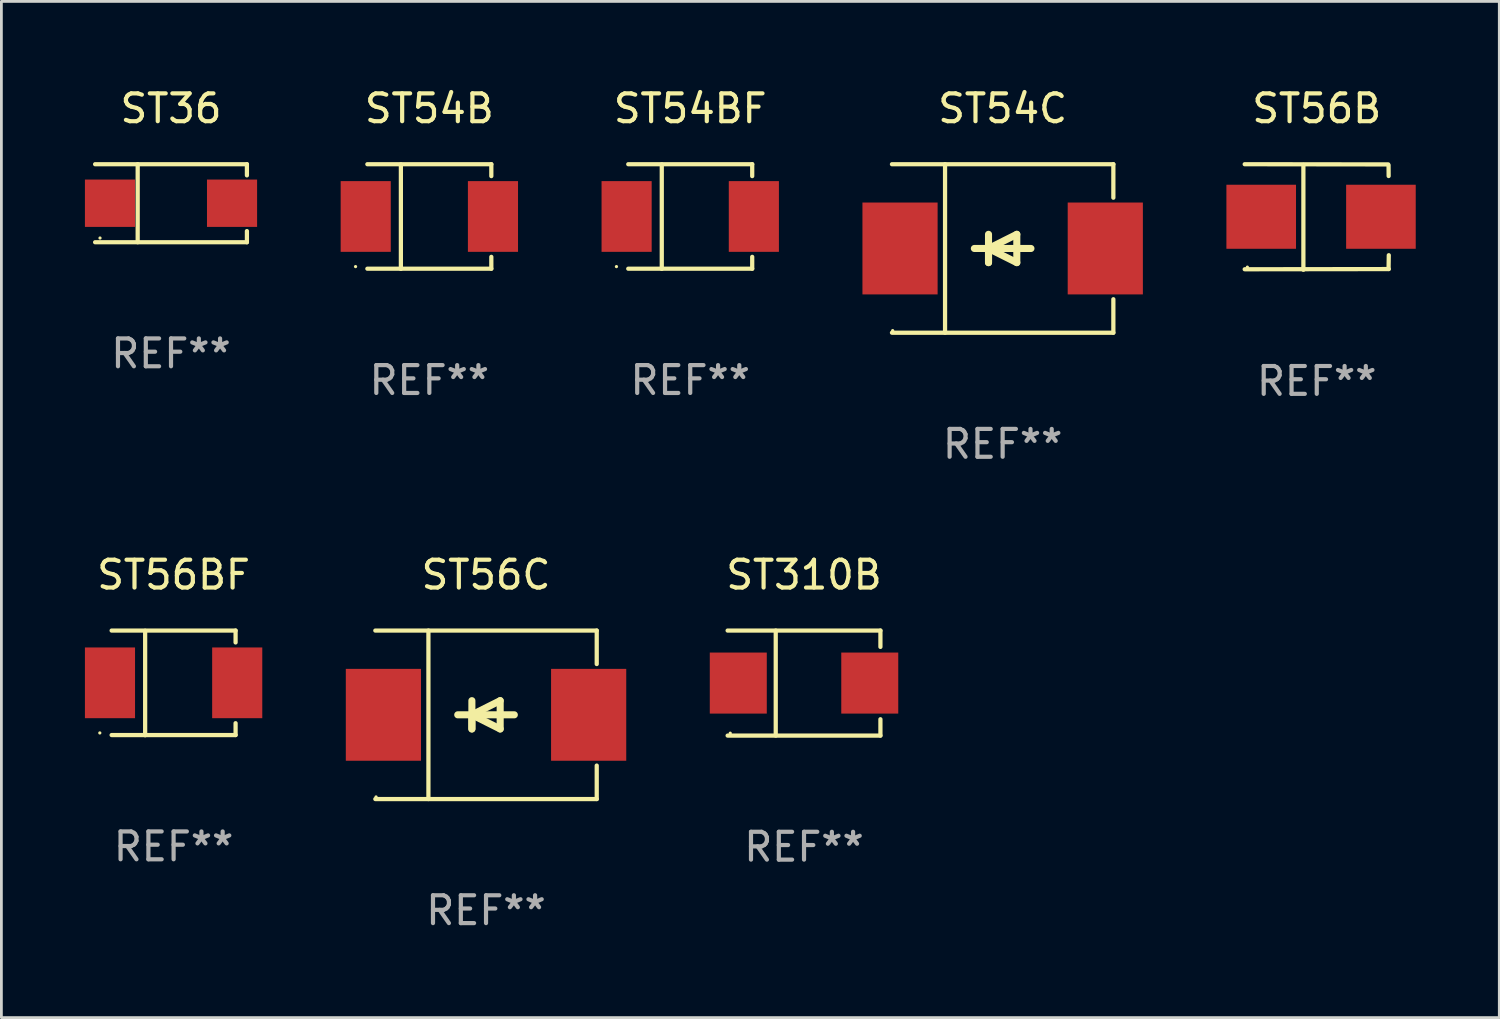
<source format=kicad_pcb>
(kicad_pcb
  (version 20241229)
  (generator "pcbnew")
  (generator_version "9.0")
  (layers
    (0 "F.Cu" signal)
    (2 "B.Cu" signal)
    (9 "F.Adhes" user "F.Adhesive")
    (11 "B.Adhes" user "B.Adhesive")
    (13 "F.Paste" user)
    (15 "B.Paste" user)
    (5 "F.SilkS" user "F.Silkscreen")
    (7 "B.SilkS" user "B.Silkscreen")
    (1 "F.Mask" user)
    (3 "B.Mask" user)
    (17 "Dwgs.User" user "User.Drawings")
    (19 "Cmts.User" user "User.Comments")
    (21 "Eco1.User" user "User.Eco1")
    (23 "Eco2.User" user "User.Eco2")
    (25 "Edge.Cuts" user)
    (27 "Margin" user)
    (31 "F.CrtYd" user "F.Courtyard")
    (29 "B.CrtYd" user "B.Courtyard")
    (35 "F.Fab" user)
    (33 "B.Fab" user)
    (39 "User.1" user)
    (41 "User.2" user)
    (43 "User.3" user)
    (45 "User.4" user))
  (footprint "ST54BF"
    (layer "F.Cu")
    (at 21.74 4.728)
    (property "Reference" "ST54BF" (at 0 -3.88 0) (layer "F.SilkS") (effects (font (size 1 1) (thickness 0.15))))
    (attr through_hole)
    (fp_line (start -2.226 -1.88) (end 2.226 -1.88) (stroke (width 0.152) (type solid)) (layer "F.SilkS"))
    (fp_line (start -2.226 1.873) (end 2.226 1.873) (stroke (width 0.152) (type solid)) (layer "F.SilkS"))
    (fp_line (start -1.022 -1.873) (end -1.022 1.88) (stroke (width 0.152) (type solid)) (layer "F.SilkS"))
    (fp_line (start 2.226 -1.88) (end 2.226 -1.453) (stroke (width 0.152) (type solid)) (layer "F.SilkS"))
    (fp_line (start 2.226 1.447) (end 2.226 1.873) (stroke (width 0.152) (type solid)) (layer "F.SilkS"))
    (fp_circle (center -2.65 1.797) (end -2.62 1.797) (stroke (width 0.06) (type solid)) (fill no) (layer "F.SilkS"))
    (fp_text user "REF**" (at 0 5.88 0) (layer "F.Fab") (effects (font (size 1 1) (thickness 0.15))))
    (pad "1" smd rect (at -2.285 -0.003) (size 1.8 2.54) (layers "F.Cu" "F.Mask" "F.Paste"))
    (pad "2" smd rect (at 2.285 -0.003) (size 1.8 2.54) (layers "F.Cu" "F.Mask" "F.Paste")))
  (footprint "ST54B"
    (layer "F.Cu")
    (at 12.37 4.728)
    (property "Reference" "ST54B" (at 0 -3.88 0) (layer "F.SilkS") (effects (font (size 1 1) (thickness 0.15))))
    (attr through_hole)
    (fp_line (start -2.226 -1.88) (end 2.226 -1.88) (stroke (width 0.152) (type solid)) (layer "F.SilkS"))
    (fp_line (start -2.226 1.873) (end 2.226 1.873) (stroke (width 0.152) (type solid)) (layer "F.SilkS"))
    (fp_line (start -1.022 -1.873) (end -1.022 1.88) (stroke (width 0.152) (type solid)) (layer "F.SilkS"))
    (fp_line (start 2.226 -1.88) (end 2.226 -1.453) (stroke (width 0.152) (type solid)) (layer "F.SilkS"))
    (fp_line (start 2.226 1.447) (end 2.226 1.873) (stroke (width 0.152) (type solid)) (layer "F.SilkS"))
    (fp_circle (center -2.65 1.797) (end -2.62 1.797) (stroke (width 0.06) (type solid)) (fill no) (layer "F.SilkS"))
    (fp_text user "REF**" (at 0 5.88 0) (layer "F.Fab") (effects (font (size 1 1) (thickness 0.15))))
    (pad "1" smd rect (at -2.285 -0.003) (size 1.8 2.54) (layers "F.Cu" "F.Mask" "F.Paste"))
    (pad "2" smd rect (at 2.285 -0.003) (size 1.8 2.54) (layers "F.Cu" "F.Mask" "F.Paste")))
  (footprint "ST54C"
    (layer "F.Cu")
    (at 32.961 5.874)
    (property "Reference" "ST54C" (at 0 -5.026 0) (layer "F.SilkS") (effects (font (size 1 1) (thickness 0.15))))
    (attr through_hole)
    (fp_line (start -3.976 -3.026) (end 3.976 -3.026) (stroke (width 0.152) (type solid)) (layer "F.SilkS"))
    (fp_line (start -3.976 3.026) (end 3.976 3.026) (stroke (width 0.152) (type solid)) (layer "F.SilkS"))
    (fp_line (start -2.069 -3.026) (end -2.069 3.026) (stroke (width 0.152) (type solid)) (layer "F.SilkS"))
    (fp_line (start -0.508 0) (end -0.508 0.508) (stroke (width 0.254) (type solid)) (layer "F.SilkS"))
    (fp_line (start -0.508 0) (end 0.508 0.508) (stroke (width 0.254) (type solid)) (layer "F.SilkS"))
    (fp_line (start -0.508 0.508) (end -0.508 -0.508) (stroke (width 0.254) (type solid)) (layer "F.SilkS"))
    (fp_line (start 0.508 -0.508) (end -0.508 0) (stroke (width 0.254) (type solid)) (layer "F.SilkS"))
    (fp_line (start 0.508 0.508) (end 0.508 -0.508) (stroke (width 0.254) (type solid)) (layer "F.SilkS"))
    (fp_line (start 1.016 0) (end -1.016 0) (stroke (width 0.254) (type solid)) (layer "F.SilkS"))
    (fp_line (start 3.976 -3.026) (end 3.976 -1.823) (stroke (width 0.152) (type solid)) (layer "F.SilkS"))
    (fp_line (start 3.976 3.026) (end 3.976 1.823) (stroke (width 0.152) (type solid)) (layer "F.SilkS"))
    (fp_circle (center -3.95 2.95) (end -3.92 2.95) (stroke (width 0.06) (type solid)) (fill no) (layer "F.SilkS"))
    (fp_text user "REF**" (at 0 7.026 0) (layer "F.Fab") (effects (font (size 1 1) (thickness 0.15))))
    (pad "1" smd rect (at -3.686 0) (size 2.7 3.3) (layers "F.Cu" "F.Mask" "F.Paste"))
    (pad "2" smd rect (at 3.686 0) (size 2.7 3.3) (layers "F.Cu" "F.Mask" "F.Paste")))
  (footprint "ST56C"
    (layer "F.Cu")
    (at 14.406 22.623)
    (property "Reference" "ST56C" (at 0 -5.026 0) (layer "F.SilkS") (effects (font (size 1 1) (thickness 0.15))))
    (attr through_hole)
    (fp_line (start -3.976 -3.026) (end 3.976 -3.026) (stroke (width 0.152) (type solid)) (layer "F.SilkS"))
    (fp_line (start -3.976 3.026) (end 3.976 3.026) (stroke (width 0.152) (type solid)) (layer "F.SilkS"))
    (fp_line (start -2.069 -3.026) (end -2.069 3.026) (stroke (width 0.152) (type solid)) (layer "F.SilkS"))
    (fp_line (start -0.508 0) (end -0.508 0.508) (stroke (width 0.254) (type solid)) (layer "F.SilkS"))
    (fp_line (start -0.508 0) (end 0.508 0.508) (stroke (width 0.254) (type solid)) (layer "F.SilkS"))
    (fp_line (start -0.508 0.508) (end -0.508 -0.508) (stroke (width 0.254) (type solid)) (layer "F.SilkS"))
    (fp_line (start 0.508 -0.508) (end -0.508 0) (stroke (width 0.254) (type solid)) (layer "F.SilkS"))
    (fp_line (start 0.508 0.508) (end 0.508 -0.508) (stroke (width 0.254) (type solid)) (layer "F.SilkS"))
    (fp_line (start 1.016 0) (end -1.016 0) (stroke (width 0.254) (type solid)) (layer "F.SilkS"))
    (fp_line (start 3.976 -3.026) (end 3.976 -1.823) (stroke (width 0.152) (type solid)) (layer "F.SilkS"))
    (fp_line (start 3.976 3.026) (end 3.976 1.823) (stroke (width 0.152) (type solid)) (layer "F.SilkS"))
    (fp_circle (center -3.95 2.95) (end -3.92 2.95) (stroke (width 0.06) (type solid)) (fill no) (layer "F.SilkS"))
    (fp_text user "REF**" (at 0 7.026 0) (layer "F.Fab") (effects (font (size 1 1) (thickness 0.15))))
    (pad "1" smd rect (at -3.686 0) (size 2.7 3.3) (layers "F.Cu" "F.Mask" "F.Paste"))
    (pad "2" smd rect (at 3.686 0) (size 2.7 3.3) (layers "F.Cu" "F.Mask" "F.Paste")))
  (footprint "ST36"
    (layer "F.Cu")
    (at 3.092 4.249)
    (property "Reference" "ST36" (at 0 -3.401 0) (layer "F.SilkS") (effects (font (size 1 1) (thickness 0.15))))
    (attr through_hole)
    (fp_line (start -2.726 -1.401) (end 2.726 -1.401) (stroke (width 0.152) (type solid)) (layer "F.SilkS"))
    (fp_line (start -2.726 1.401) (end 2.726 1.401) (stroke (width 0.152) (type solid)) (layer "F.SilkS"))
    (fp_line (start -1.197 -1.401) (end -1.197 1.401) (stroke (width 0.152) (type solid)) (layer "F.SilkS"))
    (fp_line (start 2.726 -1.401) (end 2.726 -1) (stroke (width 0.152) (type solid)) (layer "F.SilkS"))
    (fp_line (start 2.726 1.401) (end 2.726 1) (stroke (width 0.152) (type solid)) (layer "F.SilkS"))
    (fp_circle (center -2.55 1.25) (end -2.52 1.25) (stroke (width 0.06) (type solid)) (fill no) (layer "F.SilkS"))
    (fp_text user "REF**" (at 0 5.401 0) (layer "F.Fab") (effects (font (size 1 1) (thickness 0.15))))
    (pad "1" smd rect (at -2.192 0) (size 1.8 1.7) (layers "F.Cu" "F.Mask" "F.Paste"))
    (pad "2" smd rect (at 2.192 0) (size 1.8 1.7) (layers "F.Cu" "F.Mask" "F.Paste")))
  (footprint "ST56BF"
    (layer "F.Cu")
    (at 3.185 21.477)
    (property "Reference" "ST56BF" (at 0 -3.88 0) (layer "F.SilkS") (effects (font (size 1 1) (thickness 0.15))))
    (attr through_hole)
    (fp_line (start -2.226 -1.88) (end 2.226 -1.88) (stroke (width 0.152) (type solid)) (layer "F.SilkS"))
    (fp_line (start -2.226 1.873) (end 2.226 1.873) (stroke (width 0.152) (type solid)) (layer "F.SilkS"))
    (fp_line (start -1.022 -1.873) (end -1.022 1.88) (stroke (width 0.152) (type solid)) (layer "F.SilkS"))
    (fp_line (start 2.226 -1.88) (end 2.226 -1.453) (stroke (width 0.152) (type solid)) (layer "F.SilkS"))
    (fp_line (start 2.226 1.447) (end 2.226 1.873) (stroke (width 0.152) (type solid)) (layer "F.SilkS"))
    (fp_circle (center -2.65 1.797) (end -2.62 1.797) (stroke (width 0.06) (type solid)) (fill no) (layer "F.SilkS"))
    (fp_text user "REF**" (at 0 5.88 0) (layer "F.Fab") (effects (font (size 1 1) (thickness 0.15))))
    (pad "1" smd rect (at -2.285 -0.003) (size 1.8 2.54) (layers "F.Cu" "F.Mask" "F.Paste"))
    (pad "2" smd rect (at 2.285 -0.003) (size 1.8 2.54) (layers "F.Cu" "F.Mask" "F.Paste")))
  (footprint "ST310B"
    (layer "F.Cu")
    (at 25.827 21.483)
    (property "Reference" "ST310B" (at 0 -3.886 0) (layer "F.SilkS") (effects (font (size 1 1) (thickness 0.15))))
    (attr through_hole)
    (fp_line (start -2.744 -1.886) (end 2.744 -1.886) (stroke (width 0.152) (type solid)) (layer "F.SilkS"))
    (fp_line (start -2.744 1.886) (end 2.744 1.886) (stroke (width 0.152) (type solid)) (layer "F.SilkS"))
    (fp_line (start -1.016 -1.886) (end -1.016 1.886) (stroke (width 0.152) (type solid)) (layer "F.SilkS"))
    (fp_line (start 2.744 -1.886) (end 2.744 -1.299) (stroke (width 0.152) (type solid)) (layer "F.SilkS"))
    (fp_line (start 2.744 1.886) (end 2.744 1.299) (stroke (width 0.152) (type solid)) (layer "F.SilkS"))
    (fp_circle (center -2.65 1.8) (end -2.62 1.8) (stroke (width 0.06) (type solid)) (fill no) (layer "F.SilkS"))
    (fp_text user "REF**" (at 0 5.886 0) (layer "F.Fab") (effects (font (size 1 1) (thickness 0.15))))
    (pad "1" smd rect (at -2.361 0) (size 2.047 2.192) (layers "F.Cu" "F.Mask" "F.Paste"))
    (pad "2" smd rect (at 2.361 0) (size 2.047 2.192) (layers "F.Cu" "F.Mask" "F.Paste")))
  (footprint "ST56B"
    (layer "F.Cu")
    (at 44.242 4.744)
    (property "Reference" "ST56B" (at 0 -3.896 0) (layer "F.SilkS") (effects (font (size 1 1) (thickness 0.15))))
    (attr through_hole)
    (fp_line (start -2.588 -1.896) (end 2.568 -1.889) (stroke (width 0.152) (type solid)) (layer "F.SilkS"))
    (fp_line (start -2.588 1.877) (end 2.588 1.87) (stroke (width 0.152) (type solid)) (layer "F.SilkS"))
    (fp_line (start -0.48 1.896) (end -0.48 -1.871) (stroke (width 0.152) (type solid)) (layer "F.SilkS"))
    (fp_line (start 2.579 -1.849) (end 2.582 -1.472) (stroke (width 0.152) (type solid)) (layer "F.SilkS"))
    (fp_line (start 2.579 1.867) (end 2.587 1.372) (stroke (width 0.152) (type solid)) (layer "F.SilkS"))
    (fp_circle (center -2.492 1.801) (end -2.462 1.801) (stroke (width 0.06) (type solid)) (fill no) (layer "F.SilkS"))
    (fp_text user "REF**" (at 0 5.896 0) (layer "F.Fab") (effects (font (size 1 1) (thickness 0.15))))
    (pad "1" smd rect (at -1.995 -0.009) (size 2.5 2.3) (layers "F.Cu" "F.Mask" "F.Paste"))
    (pad "2" smd rect (at 2.305 -0.009) (size 2.5 2.3) (layers "F.Cu" "F.Mask" "F.Paste")))
  (gr_rect
    (start -3 -3)
    (end 50.798 33.498)
    (stroke (width 0.1) (type default))
    (fill no)
    (layer "Edge.Cuts")))
</source>
